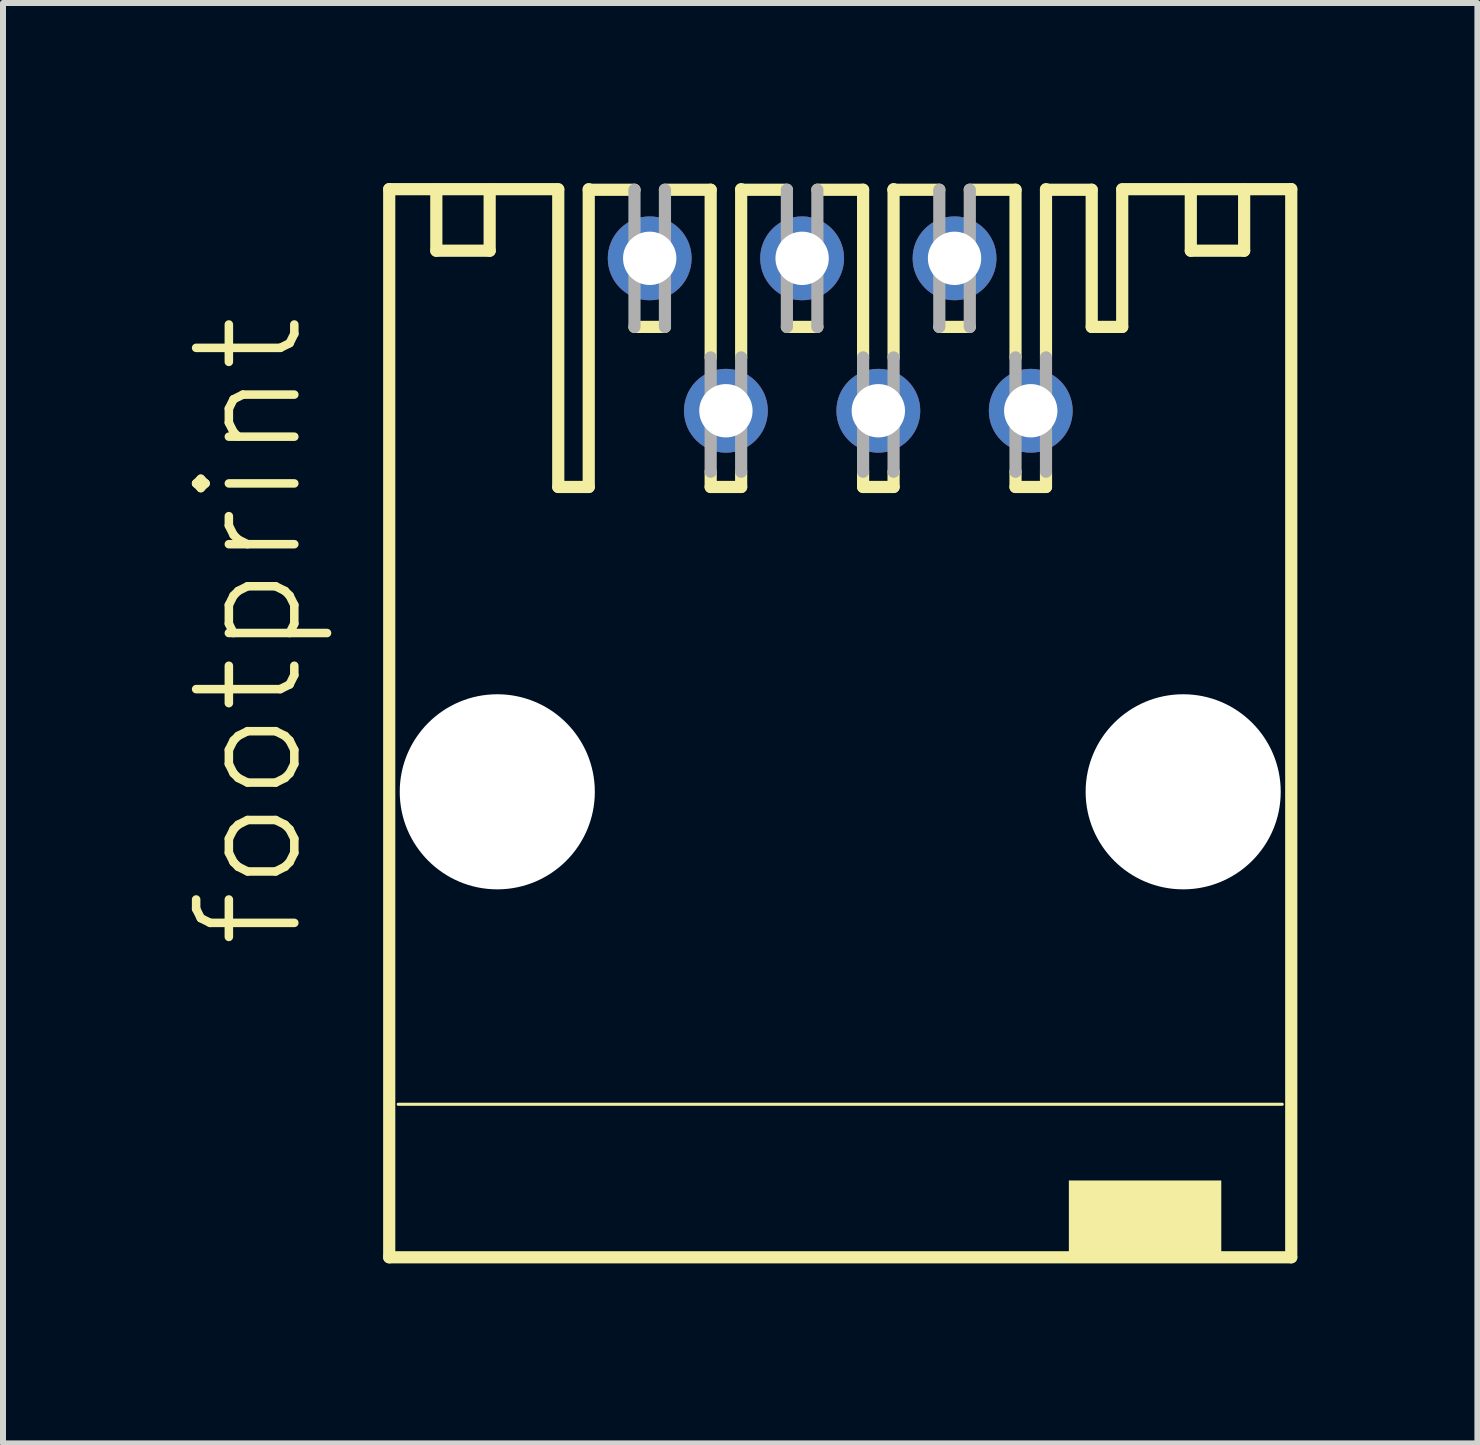
<source format=kicad_pcb>
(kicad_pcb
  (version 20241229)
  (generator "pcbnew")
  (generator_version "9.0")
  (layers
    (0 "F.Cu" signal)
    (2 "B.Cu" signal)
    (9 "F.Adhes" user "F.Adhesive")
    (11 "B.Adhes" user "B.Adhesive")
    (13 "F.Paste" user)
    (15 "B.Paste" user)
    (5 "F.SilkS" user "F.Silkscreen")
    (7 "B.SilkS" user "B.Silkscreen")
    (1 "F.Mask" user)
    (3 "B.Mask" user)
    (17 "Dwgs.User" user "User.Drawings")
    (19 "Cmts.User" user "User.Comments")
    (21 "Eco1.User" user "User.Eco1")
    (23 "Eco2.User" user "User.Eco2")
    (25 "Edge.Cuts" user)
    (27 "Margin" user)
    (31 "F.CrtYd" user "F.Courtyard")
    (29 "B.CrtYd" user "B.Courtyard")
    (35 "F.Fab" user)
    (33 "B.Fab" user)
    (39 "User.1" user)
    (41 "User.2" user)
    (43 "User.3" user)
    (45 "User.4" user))
  (footprint "footprint"
    (layer "F.Cu")
    (at 10.952 9.002)
    (property "Reference" "footprint" (at -8.89 3.81 90) (layer "F.SilkS") (effects (font (size 1.636 1.636) (thickness 0.142)) (justify left bottom)))
    (fp_line (start -7.516 -8.9) (end -4.699 -8.9) (stroke (width 0.203) (type solid)) (layer "F.SilkS"))
    (fp_line (start -7.516 8.9) (end -7.516 -8.9) (stroke (width 0.203) (type solid)) (layer "F.SilkS"))
    (fp_line (start -7.366 6.35) (end 7.366 6.35) (stroke (width 0.051) (type solid)) (layer "F.SilkS"))
    (fp_line (start -6.731 -8.89) (end -6.731 -7.874) (stroke (width 0.203) (type solid)) (layer "F.SilkS"))
    (fp_line (start -6.731 -7.874) (end -5.842 -7.874) (stroke (width 0.203) (type solid)) (layer "F.SilkS"))
    (fp_line (start -5.842 -7.874) (end -5.842 -8.89) (stroke (width 0.203) (type solid)) (layer "F.SilkS"))
    (fp_line (start -4.699 -3.937) (end -4.699 -8.89) (stroke (width 0.203) (type solid)) (layer "F.SilkS"))
    (fp_line (start -4.191 -8.89) (end -3.429 -8.89) (stroke (width 0.203) (type solid)) (layer "F.SilkS"))
    (fp_line (start -4.191 -3.937) (end -4.699 -3.937) (stroke (width 0.203) (type solid)) (layer "F.SilkS"))
    (fp_line (start -4.191 -3.937) (end -4.191 -8.9) (stroke (width 0.203) (type solid)) (layer "F.SilkS"))
    (fp_line (start -2.921 -8.89) (end -2.159 -8.89) (stroke (width 0.203) (type solid)) (layer "F.SilkS"))
    (fp_line (start -2.921 -6.604) (end -3.429 -6.604) (stroke (width 0.203) (type solid)) (layer "F.SilkS"))
    (fp_line (start -2.159 -6.096) (end -2.159 -8.89) (stroke (width 0.203) (type solid)) (layer "F.SilkS"))
    (fp_line (start -2.159 -3.937) (end -2.159 -4.191) (stroke (width 0.203) (type solid)) (layer "F.SilkS"))
    (fp_line (start -1.651 -8.89) (end -0.889 -8.89) (stroke (width 0.203) (type solid)) (layer "F.SilkS"))
    (fp_line (start -1.651 -6.096) (end -1.651 -8.9) (stroke (width 0.203) (type solid)) (layer "F.SilkS"))
    (fp_line (start -1.651 -3.937) (end -2.159 -3.937) (stroke (width 0.203) (type solid)) (layer "F.SilkS"))
    (fp_line (start -1.651 -3.937) (end -1.651 -4.191) (stroke (width 0.203) (type solid)) (layer "F.SilkS"))
    (fp_line (start -0.381 -8.89) (end 0.381 -8.89) (stroke (width 0.203) (type solid)) (layer "F.SilkS"))
    (fp_line (start -0.381 -6.604) (end -0.889 -6.604) (stroke (width 0.203) (type solid)) (layer "F.SilkS"))
    (fp_line (start 0.381 -6.096) (end 0.381 -8.89) (stroke (width 0.203) (type solid)) (layer "F.SilkS"))
    (fp_line (start 0.381 -3.937) (end 0.381 -4.191) (stroke (width 0.203) (type solid)) (layer "F.SilkS"))
    (fp_line (start 0.889 -8.89) (end 0.889 -8.9) (stroke (width 0.203) (type solid)) (layer "F.SilkS"))
    (fp_line (start 0.889 -8.89) (end 1.651 -8.89) (stroke (width 0.203) (type solid)) (layer "F.SilkS"))
    (fp_line (start 0.889 -6.096) (end 0.889 -8.89) (stroke (width 0.203) (type solid)) (layer "F.SilkS"))
    (fp_line (start 0.889 -3.937) (end 0.381 -3.937) (stroke (width 0.203) (type solid)) (layer "F.SilkS"))
    (fp_line (start 0.889 -3.937) (end 0.889 -4.191) (stroke (width 0.203) (type solid)) (layer "F.SilkS"))
    (fp_line (start 2.159 -8.89) (end 2.921 -8.89) (stroke (width 0.203) (type solid)) (layer "F.SilkS"))
    (fp_line (start 2.159 -6.604) (end 1.651 -6.604) (stroke (width 0.203) (type solid)) (layer "F.SilkS"))
    (fp_line (start 2.921 -6.096) (end 2.921 -8.89) (stroke (width 0.203) (type solid)) (layer "F.SilkS"))
    (fp_line (start 2.921 -3.937) (end 2.921 -4.191) (stroke (width 0.203) (type solid)) (layer "F.SilkS"))
    (fp_line (start 3.429 -8.89) (end 4.191 -8.89) (stroke (width 0.203) (type solid)) (layer "F.SilkS"))
    (fp_line (start 3.429 -6.096) (end 3.429 -8.9) (stroke (width 0.203) (type solid)) (layer "F.SilkS"))
    (fp_line (start 3.429 -3.937) (end 2.921 -3.937) (stroke (width 0.203) (type solid)) (layer "F.SilkS"))
    (fp_line (start 3.429 -3.937) (end 3.429 -4.191) (stroke (width 0.203) (type solid)) (layer "F.SilkS"))
    (fp_line (start 4.191 -8.89) (end 4.191 -6.604) (stroke (width 0.203) (type solid)) (layer "F.SilkS"))
    (fp_line (start 4.699 -8.9) (end 7.516 -8.9) (stroke (width 0.203) (type solid)) (layer "F.SilkS"))
    (fp_line (start 4.699 -8.89) (end 4.699 -6.604) (stroke (width 0.203) (type solid)) (layer "F.SilkS"))
    (fp_line (start 4.699 -6.604) (end 4.191 -6.604) (stroke (width 0.203) (type solid)) (layer "F.SilkS"))
    (fp_line (start 5.842 -7.874) (end 5.842 -8.89) (stroke (width 0.203) (type solid)) (layer "F.SilkS"))
    (fp_line (start 6.731 -8.89) (end 6.731 -7.874) (stroke (width 0.203) (type solid)) (layer "F.SilkS"))
    (fp_line (start 6.731 -7.874) (end 5.842 -7.874) (stroke (width 0.203) (type solid)) (layer "F.SilkS"))
    (fp_line (start 7.516 -8.9) (end 7.516 8.9) (stroke (width 0.203) (type solid)) (layer "F.SilkS"))
    (fp_line (start 7.516 8.9) (end -7.516 8.9) (stroke (width 0.203) (type solid)) (layer "F.SilkS"))
    (fp_poly (pts (xy 3.81 8.89) (xy 6.35 8.89) (xy 6.35 7.62) (xy 3.81 7.62)) (stroke (width 0) (type solid)) (fill yes) (layer "F.SilkS"))
    (fp_line (start -3.429 -8.89) (end -3.429 -6.604) (stroke (width 0.203) (type solid)) (layer "F.Fab"))
    (fp_line (start -2.921 -8.89) (end -2.921 -6.604) (stroke (width 0.203) (type solid)) (layer "F.Fab"))
    (fp_line (start -2.159 -6.096) (end -2.159 -4.191) (stroke (width 0.203) (type solid)) (layer "F.Fab"))
    (fp_line (start -1.651 -6.096) (end -1.651 -4.191) (stroke (width 0.203) (type solid)) (layer "F.Fab"))
    (fp_line (start -0.889 -8.89) (end -0.889 -6.604) (stroke (width 0.203) (type solid)) (layer "F.Fab"))
    (fp_line (start -0.381 -8.89) (end -0.381 -6.604) (stroke (width 0.203) (type solid)) (layer "F.Fab"))
    (fp_line (start 0.381 -6.096) (end 0.381 -4.191) (stroke (width 0.203) (type solid)) (layer "F.Fab"))
    (fp_line (start 0.889 -6.096) (end 0.889 -4.191) (stroke (width 0.203) (type solid)) (layer "F.Fab"))
    (fp_line (start 1.651 -8.89) (end 1.651 -6.604) (stroke (width 0.203) (type solid)) (layer "F.Fab"))
    (fp_line (start 2.159 -8.89) (end 2.159 -6.604) (stroke (width 0.203) (type solid)) (layer "F.Fab"))
    (fp_line (start 2.921 -6.096) (end 2.921 -4.191) (stroke (width 0.203) (type solid)) (layer "F.Fab"))
    (fp_line (start 3.429 -6.096) (end 3.429 -4.191) (stroke (width 0.203) (type solid)) (layer "F.Fab"))
    (pad "" np_thru_hole circle (at -5.715 1.143) (size 3.251 3.251) (drill 3.251) (layers "*.Cu" "*.Mask"))
    (pad "" np_thru_hole circle (at 5.715 1.143) (size 3.251 3.251) (drill 3.251) (layers "*.Cu" "*.Mask"))
    (pad "1" thru_hole circle (at -3.175 -7.747) (size 1.397 1.397) (drill 0.889) (layers "*.Cu" "*.Mask"))
    (pad "2" thru_hole circle (at -1.905 -5.207) (size 1.397 1.397) (drill 0.889) (layers "*.Cu" "*.Mask"))
    (pad "3" thru_hole circle (at -0.635 -7.747) (size 1.397 1.397) (drill 0.889) (layers "*.Cu" "*.Mask"))
    (pad "4" thru_hole circle (at 0.635 -5.207) (size 1.397 1.397) (drill 0.889) (layers "*.Cu" "*.Mask"))
    (pad "5" thru_hole circle (at 1.905 -7.747) (size 1.397 1.397) (drill 0.889) (layers "*.Cu" "*.Mask"))
    (pad "6" thru_hole circle (at 3.175 -5.207) (size 1.397 1.397) (drill 0.889) (layers "*.Cu" "*.Mask")))
  (gr_rect
    (start -3 -3)
    (end 21.57 21.003)
    (stroke (width 0.1) (type default))
    (fill no)
    (layer "Edge.Cuts")))
</source>
